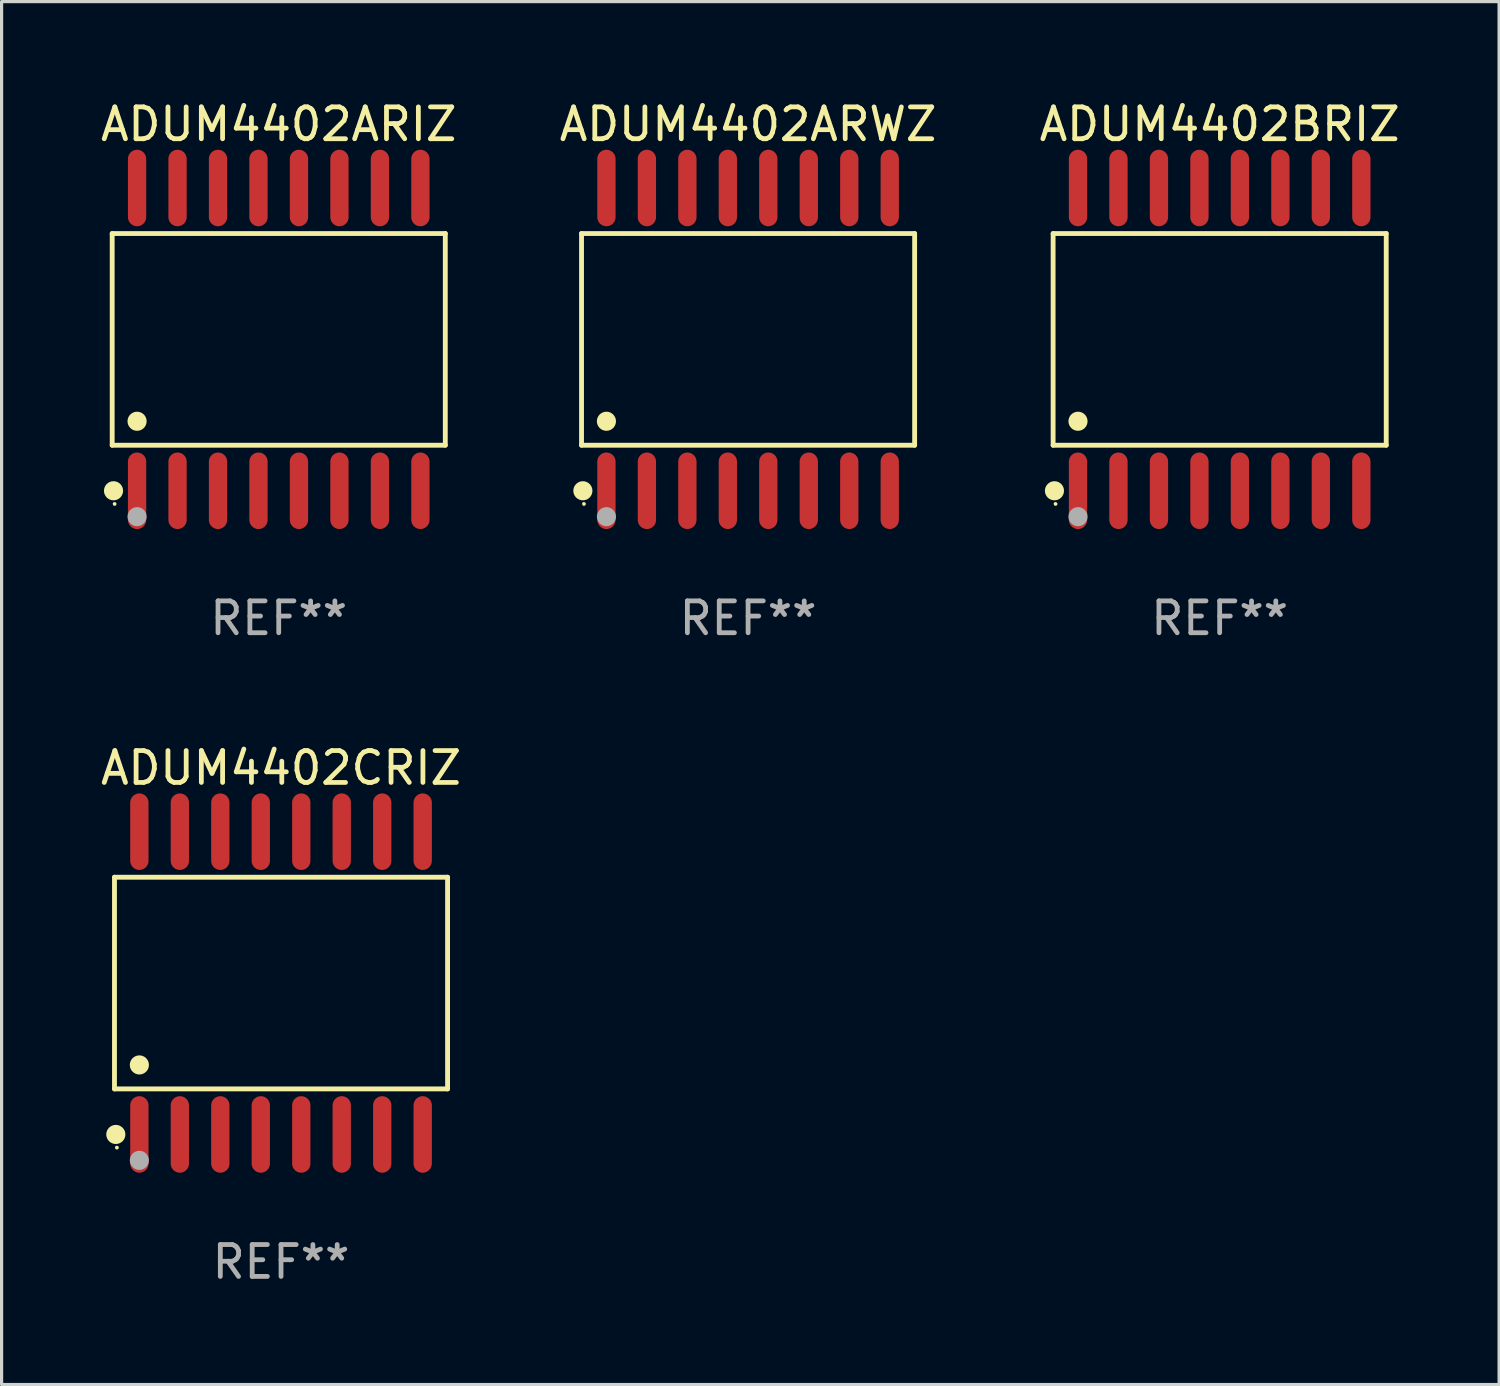
<source format=kicad_pcb>
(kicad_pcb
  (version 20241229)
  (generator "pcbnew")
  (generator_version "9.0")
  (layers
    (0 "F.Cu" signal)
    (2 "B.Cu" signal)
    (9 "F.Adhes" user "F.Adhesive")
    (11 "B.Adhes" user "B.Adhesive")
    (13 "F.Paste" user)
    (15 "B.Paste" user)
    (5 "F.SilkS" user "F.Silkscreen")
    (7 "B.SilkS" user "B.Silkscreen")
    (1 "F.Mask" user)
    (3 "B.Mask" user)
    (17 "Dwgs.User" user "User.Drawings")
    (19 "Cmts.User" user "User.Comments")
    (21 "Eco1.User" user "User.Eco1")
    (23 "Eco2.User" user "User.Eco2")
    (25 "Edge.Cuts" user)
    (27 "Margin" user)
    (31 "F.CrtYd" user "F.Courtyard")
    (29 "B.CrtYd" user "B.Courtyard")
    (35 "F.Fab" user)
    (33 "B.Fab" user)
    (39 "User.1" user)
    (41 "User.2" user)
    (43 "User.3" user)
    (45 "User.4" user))
  (footprint "ADUM4402ARWZ"
    (layer "F.Cu")
    (at 20.423 7.599)
    (property "Reference" "ADUM4402ARWZ" (at 0 -6.75 0) (layer "F.SilkS") (effects (font (size 1 1) (thickness 0.15))))
    (attr through_hole)
    (fp_line (start -5.226 -3.321) (end 5.226 -3.321) (stroke (width 0.152) (type solid)) (layer "F.SilkS"))
    (fp_line (start -5.226 3.321) (end -5.226 -3.321) (stroke (width 0.152) (type solid)) (layer "F.SilkS"))
    (fp_line (start 5.226 -3.321) (end 5.226 3.321) (stroke (width 0.152) (type solid)) (layer "F.SilkS"))
    (fp_line (start 5.226 3.321) (end -5.226 3.321) (stroke (width 0.152) (type solid)) (layer "F.SilkS"))
    (fp_circle (center -5.184 4.75) (end -5.034 4.75) (stroke (width 0.3) (type solid)) (fill no) (layer "F.SilkS"))
    (fp_circle (center -5.15 5.163) (end -5.12 5.163) (stroke (width 0.06) (type solid)) (fill no) (layer "F.SilkS"))
    (fp_circle (center -4.445 2.569) (end -4.295 2.569) (stroke (width 0.3) (type solid)) (fill no) (layer "F.SilkS"))
    (fp_circle (center -4.445 5.563) (end -4.295 5.563) (stroke (width 0.3) (type solid)) (fill no) (layer "F.Fab"))
    (fp_text user "REF**" (at 0 8.75 0) (layer "F.Fab") (effects (font (size 1 1) (thickness 0.15))))
    (pad "1" smd oval (at -4.445 4.75) (size 0.574 2.401) (layers "F.Cu" "F.Mask" "F.Paste"))
    (pad "2" smd oval (at -3.175 4.75) (size 0.574 2.401) (layers "F.Cu" "F.Mask" "F.Paste"))
    (pad "3" smd oval (at -1.905 4.75) (size 0.574 2.401) (layers "F.Cu" "F.Mask" "F.Paste"))
    (pad "4" smd oval (at -0.635 4.75) (size 0.574 2.401) (layers "F.Cu" "F.Mask" "F.Paste"))
    (pad "5" smd oval (at 0.635 4.75) (size 0.574 2.401) (layers "F.Cu" "F.Mask" "F.Paste"))
    (pad "6" smd oval (at 1.905 4.75) (size 0.574 2.401) (layers "F.Cu" "F.Mask" "F.Paste"))
    (pad "7" smd oval (at 3.175 4.75) (size 0.574 2.401) (layers "F.Cu" "F.Mask" "F.Paste"))
    (pad "8" smd oval (at 4.445 4.75) (size 0.574 2.401) (layers "F.Cu" "F.Mask" "F.Paste"))
    (pad "9" smd oval (at 4.445 -4.75) (size 0.574 2.401) (layers "F.Cu" "F.Mask" "F.Paste"))
    (pad "10" smd oval (at 3.175 -4.75) (size 0.574 2.401) (layers "F.Cu" "F.Mask" "F.Paste"))
    (pad "11" smd oval (at 1.905 -4.75) (size 0.574 2.401) (layers "F.Cu" "F.Mask" "F.Paste"))
    (pad "12" smd oval (at 0.635 -4.75) (size 0.574 2.401) (layers "F.Cu" "F.Mask" "F.Paste"))
    (pad "13" smd oval (at -0.635 -4.75) (size 0.574 2.401) (layers "F.Cu" "F.Mask" "F.Paste"))
    (pad "14" smd oval (at -1.905 -4.75) (size 0.574 2.401) (layers "F.Cu" "F.Mask" "F.Paste"))
    (pad "15" smd oval (at -3.175 -4.75) (size 0.574 2.401) (layers "F.Cu" "F.Mask" "F.Paste"))
    (pad "16" smd oval (at -4.445 -4.75) (size 0.574 2.401) (layers "F.Cu" "F.Mask" "F.Paste")))
  (footprint "ADUM4402ARIZ"
    (layer "F.Cu")
    (at 5.696 7.599)
    (property "Reference" "ADUM4402ARIZ" (at 0 -6.75 0) (layer "F.SilkS") (effects (font (size 1 1) (thickness 0.15))))
    (attr through_hole)
    (fp_line (start -5.226 -3.321) (end 5.226 -3.321) (stroke (width 0.152) (type solid)) (layer "F.SilkS"))
    (fp_line (start -5.226 3.321) (end -5.226 -3.321) (stroke (width 0.152) (type solid)) (layer "F.SilkS"))
    (fp_line (start 5.226 -3.321) (end 5.226 3.321) (stroke (width 0.152) (type solid)) (layer "F.SilkS"))
    (fp_line (start 5.226 3.321) (end -5.226 3.321) (stroke (width 0.152) (type solid)) (layer "F.SilkS"))
    (fp_circle (center -5.184 4.75) (end -5.034 4.75) (stroke (width 0.3) (type solid)) (fill no) (layer "F.SilkS"))
    (fp_circle (center -5.15 5.163) (end -5.12 5.163) (stroke (width 0.06) (type solid)) (fill no) (layer "F.SilkS"))
    (fp_circle (center -4.445 2.569) (end -4.295 2.569) (stroke (width 0.3) (type solid)) (fill no) (layer "F.SilkS"))
    (fp_circle (center -4.445 5.563) (end -4.295 5.563) (stroke (width 0.3) (type solid)) (fill no) (layer "F.Fab"))
    (fp_text user "REF**" (at 0 8.75 0) (layer "F.Fab") (effects (font (size 1 1) (thickness 0.15))))
    (pad "1" smd oval (at -4.445 4.75) (size 0.574 2.401) (layers "F.Cu" "F.Mask" "F.Paste"))
    (pad "2" smd oval (at -3.175 4.75) (size 0.574 2.401) (layers "F.Cu" "F.Mask" "F.Paste"))
    (pad "3" smd oval (at -1.905 4.75) (size 0.574 2.401) (layers "F.Cu" "F.Mask" "F.Paste"))
    (pad "4" smd oval (at -0.635 4.75) (size 0.574 2.401) (layers "F.Cu" "F.Mask" "F.Paste"))
    (pad "5" smd oval (at 0.635 4.75) (size 0.574 2.401) (layers "F.Cu" "F.Mask" "F.Paste"))
    (pad "6" smd oval (at 1.905 4.75) (size 0.574 2.401) (layers "F.Cu" "F.Mask" "F.Paste"))
    (pad "7" smd oval (at 3.175 4.75) (size 0.574 2.401) (layers "F.Cu" "F.Mask" "F.Paste"))
    (pad "8" smd oval (at 4.445 4.75) (size 0.574 2.401) (layers "F.Cu" "F.Mask" "F.Paste"))
    (pad "9" smd oval (at 4.445 -4.75) (size 0.574 2.401) (layers "F.Cu" "F.Mask" "F.Paste"))
    (pad "10" smd oval (at 3.175 -4.75) (size 0.574 2.401) (layers "F.Cu" "F.Mask" "F.Paste"))
    (pad "11" smd oval (at 1.905 -4.75) (size 0.574 2.401) (layers "F.Cu" "F.Mask" "F.Paste"))
    (pad "12" smd oval (at 0.635 -4.75) (size 0.574 2.401) (layers "F.Cu" "F.Mask" "F.Paste"))
    (pad "13" smd oval (at -0.635 -4.75) (size 0.574 2.401) (layers "F.Cu" "F.Mask" "F.Paste"))
    (pad "14" smd oval (at -1.905 -4.75) (size 0.574 2.401) (layers "F.Cu" "F.Mask" "F.Paste"))
    (pad "15" smd oval (at -3.175 -4.75) (size 0.574 2.401) (layers "F.Cu" "F.Mask" "F.Paste"))
    (pad "16" smd oval (at -4.445 -4.75) (size 0.574 2.401) (layers "F.Cu" "F.Mask" "F.Paste")))
  (footprint "ADUM4402CRIZ"
    (layer "F.Cu")
    (at 5.768 27.796)
    (property "Reference" "ADUM4402CRIZ" (at 0 -6.75 0) (layer "F.SilkS") (effects (font (size 1 1) (thickness 0.15))))
    (attr through_hole)
    (fp_line (start -5.226 -3.321) (end 5.226 -3.321) (stroke (width 0.152) (type solid)) (layer "F.SilkS"))
    (fp_line (start -5.226 3.321) (end -5.226 -3.321) (stroke (width 0.152) (type solid)) (layer "F.SilkS"))
    (fp_line (start 5.226 -3.321) (end 5.226 3.321) (stroke (width 0.152) (type solid)) (layer "F.SilkS"))
    (fp_line (start 5.226 3.321) (end -5.226 3.321) (stroke (width 0.152) (type solid)) (layer "F.SilkS"))
    (fp_circle (center -5.184 4.75) (end -5.034 4.75) (stroke (width 0.3) (type solid)) (fill no) (layer "F.SilkS"))
    (fp_circle (center -5.15 5.163) (end -5.12 5.163) (stroke (width 0.06) (type solid)) (fill no) (layer "F.SilkS"))
    (fp_circle (center -4.445 2.569) (end -4.295 2.569) (stroke (width 0.3) (type solid)) (fill no) (layer "F.SilkS"))
    (fp_circle (center -4.445 5.563) (end -4.295 5.563) (stroke (width 0.3) (type solid)) (fill no) (layer "F.Fab"))
    (fp_text user "REF**" (at 0 8.75 0) (layer "F.Fab") (effects (font (size 1 1) (thickness 0.15))))
    (pad "1" smd oval (at -4.445 4.75) (size 0.574 2.401) (layers "F.Cu" "F.Mask" "F.Paste"))
    (pad "2" smd oval (at -3.175 4.75) (size 0.574 2.401) (layers "F.Cu" "F.Mask" "F.Paste"))
    (pad "3" smd oval (at -1.905 4.75) (size 0.574 2.401) (layers "F.Cu" "F.Mask" "F.Paste"))
    (pad "4" smd oval (at -0.635 4.75) (size 0.574 2.401) (layers "F.Cu" "F.Mask" "F.Paste"))
    (pad "5" smd oval (at 0.635 4.75) (size 0.574 2.401) (layers "F.Cu" "F.Mask" "F.Paste"))
    (pad "6" smd oval (at 1.905 4.75) (size 0.574 2.401) (layers "F.Cu" "F.Mask" "F.Paste"))
    (pad "7" smd oval (at 3.175 4.75) (size 0.574 2.401) (layers "F.Cu" "F.Mask" "F.Paste"))
    (pad "8" smd oval (at 4.445 4.75) (size 0.574 2.401) (layers "F.Cu" "F.Mask" "F.Paste"))
    (pad "9" smd oval (at 4.445 -4.75) (size 0.574 2.401) (layers "F.Cu" "F.Mask" "F.Paste"))
    (pad "10" smd oval (at 3.175 -4.75) (size 0.574 2.401) (layers "F.Cu" "F.Mask" "F.Paste"))
    (pad "11" smd oval (at 1.905 -4.75) (size 0.574 2.401) (layers "F.Cu" "F.Mask" "F.Paste"))
    (pad "12" smd oval (at 0.635 -4.75) (size 0.574 2.401) (layers "F.Cu" "F.Mask" "F.Paste"))
    (pad "13" smd oval (at -0.635 -4.75) (size 0.574 2.401) (layers "F.Cu" "F.Mask" "F.Paste"))
    (pad "14" smd oval (at -1.905 -4.75) (size 0.574 2.401) (layers "F.Cu" "F.Mask" "F.Paste"))
    (pad "15" smd oval (at -3.175 -4.75) (size 0.574 2.401) (layers "F.Cu" "F.Mask" "F.Paste"))
    (pad "16" smd oval (at -4.445 -4.75) (size 0.574 2.401) (layers "F.Cu" "F.Mask" "F.Paste")))
  (footprint "ADUM4402BRIZ"
    (layer "F.Cu")
    (at 35.22 7.599)
    (property "Reference" "ADUM4402BRIZ" (at 0 -6.75 0) (layer "F.SilkS") (effects (font (size 1 1) (thickness 0.15))))
    (attr through_hole)
    (fp_line (start -5.226 -3.321) (end 5.226 -3.321) (stroke (width 0.152) (type solid)) (layer "F.SilkS"))
    (fp_line (start -5.226 3.321) (end -5.226 -3.321) (stroke (width 0.152) (type solid)) (layer "F.SilkS"))
    (fp_line (start 5.226 -3.321) (end 5.226 3.321) (stroke (width 0.152) (type solid)) (layer "F.SilkS"))
    (fp_line (start 5.226 3.321) (end -5.226 3.321) (stroke (width 0.152) (type solid)) (layer "F.SilkS"))
    (fp_circle (center -5.184 4.75) (end -5.034 4.75) (stroke (width 0.3) (type solid)) (fill no) (layer "F.SilkS"))
    (fp_circle (center -5.15 5.163) (end -5.12 5.163) (stroke (width 0.06) (type solid)) (fill no) (layer "F.SilkS"))
    (fp_circle (center -4.445 2.569) (end -4.295 2.569) (stroke (width 0.3) (type solid)) (fill no) (layer "F.SilkS"))
    (fp_circle (center -4.445 5.563) (end -4.295 5.563) (stroke (width 0.3) (type solid)) (fill no) (layer "F.Fab"))
    (fp_text user "REF**" (at 0 8.75 0) (layer "F.Fab") (effects (font (size 1 1) (thickness 0.15))))
    (pad "1" smd oval (at -4.445 4.75) (size 0.574 2.401) (layers "F.Cu" "F.Mask" "F.Paste"))
    (pad "2" smd oval (at -3.175 4.75) (size 0.574 2.401) (layers "F.Cu" "F.Mask" "F.Paste"))
    (pad "3" smd oval (at -1.905 4.75) (size 0.574 2.401) (layers "F.Cu" "F.Mask" "F.Paste"))
    (pad "4" smd oval (at -0.635 4.75) (size 0.574 2.401) (layers "F.Cu" "F.Mask" "F.Paste"))
    (pad "5" smd oval (at 0.635 4.75) (size 0.574 2.401) (layers "F.Cu" "F.Mask" "F.Paste"))
    (pad "6" smd oval (at 1.905 4.75) (size 0.574 2.401) (layers "F.Cu" "F.Mask" "F.Paste"))
    (pad "7" smd oval (at 3.175 4.75) (size 0.574 2.401) (layers "F.Cu" "F.Mask" "F.Paste"))
    (pad "8" smd oval (at 4.445 4.75) (size 0.574 2.401) (layers "F.Cu" "F.Mask" "F.Paste"))
    (pad "9" smd oval (at 4.445 -4.75) (size 0.574 2.401) (layers "F.Cu" "F.Mask" "F.Paste"))
    (pad "10" smd oval (at 3.175 -4.75) (size 0.574 2.401) (layers "F.Cu" "F.Mask" "F.Paste"))
    (pad "11" smd oval (at 1.905 -4.75) (size 0.574 2.401) (layers "F.Cu" "F.Mask" "F.Paste"))
    (pad "12" smd oval (at 0.635 -4.75) (size 0.574 2.401) (layers "F.Cu" "F.Mask" "F.Paste"))
    (pad "13" smd oval (at -0.635 -4.75) (size 0.574 2.401) (layers "F.Cu" "F.Mask" "F.Paste"))
    (pad "14" smd oval (at -1.905 -4.75) (size 0.574 2.401) (layers "F.Cu" "F.Mask" "F.Paste"))
    (pad "15" smd oval (at -3.175 -4.75) (size 0.574 2.401) (layers "F.Cu" "F.Mask" "F.Paste"))
    (pad "16" smd oval (at -4.445 -4.75) (size 0.574 2.401) (layers "F.Cu" "F.Mask" "F.Paste")))
  (gr_rect
    (start -3 -3)
    (end 43.988 40.394)
    (stroke (width 0.1) (type default))
    (fill no)
    (layer "Edge.Cuts")))
</source>
